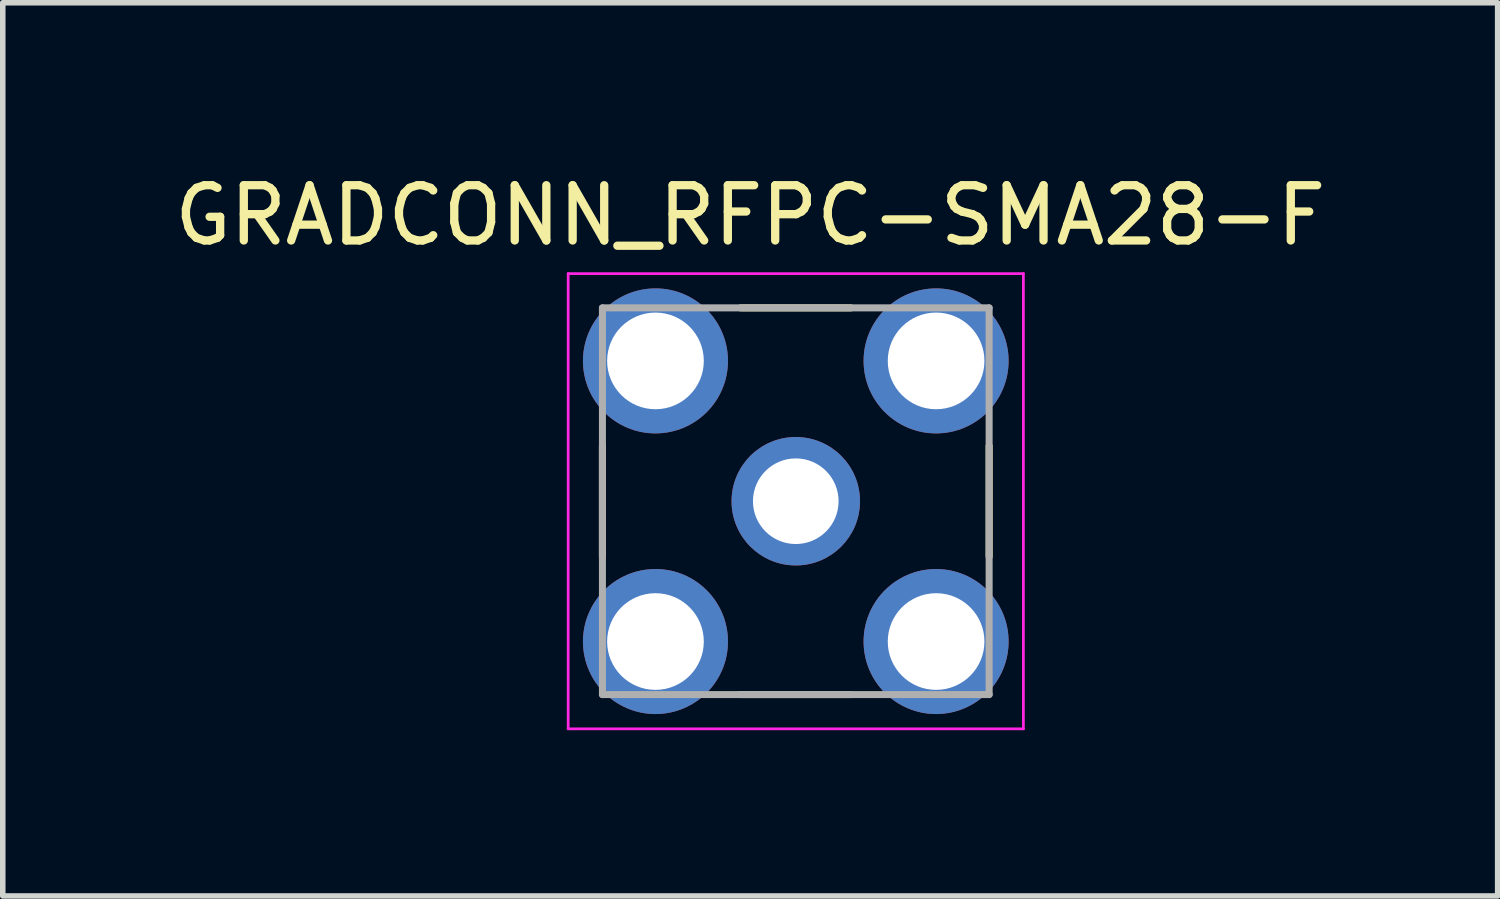
<source format=kicad_pcb>
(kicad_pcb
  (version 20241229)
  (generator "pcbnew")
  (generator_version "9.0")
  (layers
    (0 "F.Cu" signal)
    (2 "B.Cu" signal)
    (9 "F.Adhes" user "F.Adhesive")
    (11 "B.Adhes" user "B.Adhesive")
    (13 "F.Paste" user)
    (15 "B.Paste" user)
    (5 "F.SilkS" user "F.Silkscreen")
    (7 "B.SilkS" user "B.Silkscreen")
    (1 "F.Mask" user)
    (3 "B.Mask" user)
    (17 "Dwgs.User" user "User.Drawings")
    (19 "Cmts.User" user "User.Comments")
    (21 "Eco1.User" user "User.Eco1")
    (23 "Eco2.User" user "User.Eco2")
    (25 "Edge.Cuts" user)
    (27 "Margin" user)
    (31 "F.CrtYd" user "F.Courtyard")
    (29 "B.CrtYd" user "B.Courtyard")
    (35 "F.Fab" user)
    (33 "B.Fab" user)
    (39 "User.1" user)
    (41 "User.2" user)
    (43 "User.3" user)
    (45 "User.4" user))
  (footprint "GRADCONN_RFPC-SMA28-F"
    (layer "F.Cu")
    (at 11.355 6.023)
    (property "Reference" "GRADCONN_RFPC-SMA28-F" (at -0.825 -5.175 0) (layer "F.SilkS") (effects (font (size 1 1) (thickness 0.15))))
    (attr through_hole)
    (fp_line (start -3.5 -1) (end -3.5 1) (stroke (width 0.127) (type solid)) (layer "F.SilkS"))
    (fp_line (start -1 -3.5) (end 1 -3.5) (stroke (width 0.127) (type solid)) (layer "F.SilkS"))
    (fp_line (start -1 3.5) (end 1 3.5) (stroke (width 0.127) (type solid)) (layer "F.SilkS"))
    (fp_line (start 3.5 -1) (end 3.5 1) (stroke (width 0.127) (type solid)) (layer "F.SilkS"))
    (fp_line (start -4.12 -4.12) (end -4.12 4.12) (stroke (width 0.05) (type solid)) (layer "F.CrtYd"))
    (fp_line (start -4.12 4.12) (end 4.12 4.12) (stroke (width 0.05) (type solid)) (layer "F.CrtYd"))
    (fp_line (start 4.12 -4.12) (end -4.12 -4.12) (stroke (width 0.05) (type solid)) (layer "F.CrtYd"))
    (fp_line (start 4.12 4.12) (end 4.12 -4.12) (stroke (width 0.05) (type solid)) (layer "F.CrtYd"))
    (fp_line (start -3.5 -3.5) (end -3.5 3.5) (stroke (width 0.127) (type solid)) (layer "F.Fab"))
    (fp_line (start -3.5 3.5) (end 3.5 3.5) (stroke (width 0.127) (type solid)) (layer "F.Fab"))
    (fp_line (start 3.5 -3.5) (end -3.5 -3.5) (stroke (width 0.127) (type solid)) (layer "F.Fab"))
    (fp_line (start 3.5 3.5) (end 3.5 -3.5) (stroke (width 0.127) (type solid)) (layer "F.Fab"))
    (pad "1" thru_hole circle (at 0 0) (size 2.325 2.325) (drill 1.55) (layers "*.Cu" "*.Mask"))
    (pad "2" thru_hole circle (at -2.54 -2.54) (size 2.625 2.625) (drill 1.75) (layers "*.Cu" "*.Mask"))
    (pad "2" thru_hole circle (at -2.54 2.54) (size 2.625 2.625) (drill 1.75) (layers "*.Cu" "*.Mask"))
    (pad "2" thru_hole circle (at 2.54 -2.54) (size 2.625 2.625) (drill 1.75) (layers "*.Cu" "*.Mask"))
    (pad "2" thru_hole circle (at 2.54 2.54) (size 2.625 2.625) (drill 1.75) (layers "*.Cu" "*.Mask")))
  (gr_rect
    (start -3 -3)
    (end 24.06 13.168)
    (stroke (width 0.1) (type default))
    (fill no)
    (layer "Edge.Cuts")))
</source>
